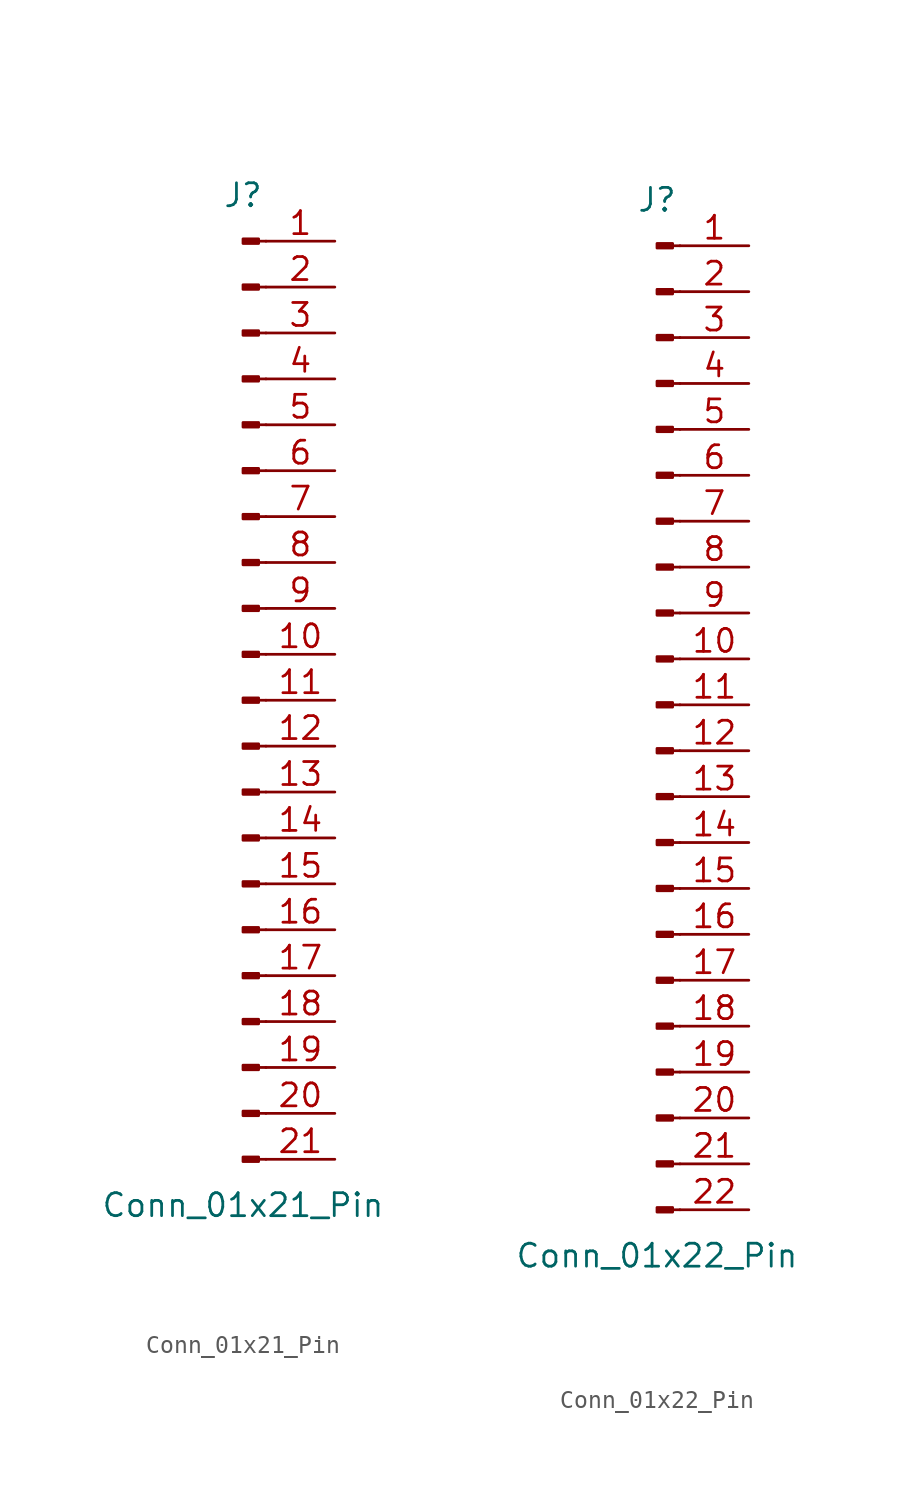
<source format=kicad_sym>
(kicad_symbol_lib
  (version 20241209)
  (generator "kicad_symbol_editor")
  (generator_version "9.0")
  (symbol "Conn_01x21_Pin"
    (pin_names
      (offset 1.016)
      (hide yes))
    (property "Reference" "J"
      (at 0 27.94 0)
      (effects (font (size 1.27 1.27))))
    (property "Value" "Conn_01x21_Pin"
      (at 0 -27.94 0)
      (effects (font (size 1.27 1.27))))
    (property "ki_locked" ""
      (at 0 0 0)
      (effects (font (size 1.27 1.27))))
    (symbol "Conn_01x21_Pin_1_1"
      (rectangle (start 0.864 25.527) (end 0 25.273) (stroke (width 0.152) (type default)) (fill (type outline)))
      (rectangle (start 0.864 22.987) (end 0 22.733) (stroke (width 0.152) (type default)) (fill (type outline)))
      (rectangle (start 0.864 20.447) (end 0 20.193) (stroke (width 0.152) (type default)) (fill (type outline)))
      (rectangle (start 0.864 17.907) (end 0 17.653) (stroke (width 0.152) (type default)) (fill (type outline)))
      (rectangle (start 0.864 15.367) (end 0 15.113) (stroke (width 0.152) (type default)) (fill (type outline)))
      (rectangle (start 0.864 12.827) (end 0 12.573) (stroke (width 0.152) (type default)) (fill (type outline)))
      (rectangle (start 0.864 10.287) (end 0 10.033) (stroke (width 0.152) (type default)) (fill (type outline)))
      (rectangle (start 0.864 7.747) (end 0 7.493) (stroke (width 0.152) (type default)) (fill (type outline)))
      (rectangle (start 0.864 5.207) (end 0 4.953) (stroke (width 0.152) (type default)) (fill (type outline)))
      (rectangle (start 0.864 2.667) (end 0 2.413) (stroke (width 0.152) (type default)) (fill (type outline)))
      (rectangle (start 0.864 0.127) (end 0 -0.127) (stroke (width 0.152) (type default)) (fill (type outline)))
      (rectangle (start 0.864 -2.413) (end 0 -2.667) (stroke (width 0.152) (type default)) (fill (type outline)))
      (rectangle (start 0.864 -4.953) (end 0 -5.207) (stroke (width 0.152) (type default)) (fill (type outline)))
      (rectangle (start 0.864 -7.493) (end 0 -7.747) (stroke (width 0.152) (type default)) (fill (type outline)))
      (rectangle (start 0.864 -10.033) (end 0 -10.287) (stroke (width 0.152) (type default)) (fill (type outline)))
      (rectangle (start 0.864 -12.573) (end 0 -12.827) (stroke (width 0.152) (type default)) (fill (type outline)))
      (rectangle (start 0.864 -15.113) (end 0 -15.367) (stroke (width 0.152) (type default)) (fill (type outline)))
      (rectangle (start 0.864 -17.653) (end 0 -17.907) (stroke (width 0.152) (type default)) (fill (type outline)))
      (rectangle (start 0.864 -20.193) (end 0 -20.447) (stroke (width 0.152) (type default)) (fill (type outline)))
      (rectangle (start 0.864 -22.733) (end 0 -22.987) (stroke (width 0.152) (type default)) (fill (type outline)))
      (rectangle (start 0.864 -25.273) (end 0 -25.527) (stroke (width 0.152) (type default)) (fill (type outline)))
      (polyline (pts (xy 1.27 25.4) (xy 0.864 25.4)) (stroke (width 0.152) (type default)) (fill (type none)))
      (polyline (pts (xy 1.27 22.86) (xy 0.864 22.86)) (stroke (width 0.152) (type default)) (fill (type none)))
      (polyline (pts (xy 1.27 20.32) (xy 0.864 20.32)) (stroke (width 0.152) (type default)) (fill (type none)))
      (polyline (pts (xy 1.27 17.78) (xy 0.864 17.78)) (stroke (width 0.152) (type default)) (fill (type none)))
      (polyline (pts (xy 1.27 15.24) (xy 0.864 15.24)) (stroke (width 0.152) (type default)) (fill (type none)))
      (polyline (pts (xy 1.27 12.7) (xy 0.864 12.7)) (stroke (width 0.152) (type default)) (fill (type none)))
      (polyline (pts (xy 1.27 10.16) (xy 0.864 10.16)) (stroke (width 0.152) (type default)) (fill (type none)))
      (polyline (pts (xy 1.27 7.62) (xy 0.864 7.62)) (stroke (width 0.152) (type default)) (fill (type none)))
      (polyline (pts (xy 1.27 5.08) (xy 0.864 5.08)) (stroke (width 0.152) (type default)) (fill (type none)))
      (polyline (pts (xy 1.27 2.54) (xy 0.864 2.54)) (stroke (width 0.152) (type default)) (fill (type none)))
      (polyline (pts (xy 1.27 0) (xy 0.864 0)) (stroke (width 0.152) (type default)) (fill (type none)))
      (polyline (pts (xy 1.27 -2.54) (xy 0.864 -2.54)) (stroke (width 0.152) (type default)) (fill (type none)))
      (polyline (pts (xy 1.27 -5.08) (xy 0.864 -5.08)) (stroke (width 0.152) (type default)) (fill (type none)))
      (polyline (pts (xy 1.27 -7.62) (xy 0.864 -7.62)) (stroke (width 0.152) (type default)) (fill (type none)))
      (polyline (pts (xy 1.27 -10.16) (xy 0.864 -10.16)) (stroke (width 0.152) (type default)) (fill (type none)))
      (polyline (pts (xy 1.27 -12.7) (xy 0.864 -12.7)) (stroke (width 0.152) (type default)) (fill (type none)))
      (polyline (pts (xy 1.27 -15.24) (xy 0.864 -15.24)) (stroke (width 0.152) (type default)) (fill (type none)))
      (polyline (pts (xy 1.27 -17.78) (xy 0.864 -17.78)) (stroke (width 0.152) (type default)) (fill (type none)))
      (polyline (pts (xy 1.27 -20.32) (xy 0.864 -20.32)) (stroke (width 0.152) (type default)) (fill (type none)))
      (polyline (pts (xy 1.27 -22.86) (xy 0.864 -22.86)) (stroke (width 0.152) (type default)) (fill (type none)))
      (polyline (pts (xy 1.27 -25.4) (xy 0.864 -25.4)) (stroke (width 0.152) (type default)) (fill (type none)))
      (pin passive line (at 5.08 25.4 180) (length 3.81) (name "Pin_1" (effects (font (size 1.27 1.27)))) (number "1" (effects (font (size 1.27 1.27)))))
      (pin passive line (at 5.08 22.86 180) (length 3.81) (name "Pin_2" (effects (font (size 1.27 1.27)))) (number "2" (effects (font (size 1.27 1.27)))))
      (pin passive line (at 5.08 20.32 180) (length 3.81) (name "Pin_3" (effects (font (size 1.27 1.27)))) (number "3" (effects (font (size 1.27 1.27)))))
      (pin passive line (at 5.08 17.78 180) (length 3.81) (name "Pin_4" (effects (font (size 1.27 1.27)))) (number "4" (effects (font (size 1.27 1.27)))))
      (pin passive line (at 5.08 15.24 180) (length 3.81) (name "Pin_5" (effects (font (size 1.27 1.27)))) (number "5" (effects (font (size 1.27 1.27)))))
      (pin passive line (at 5.08 12.7 180) (length 3.81) (name "Pin_6" (effects (font (size 1.27 1.27)))) (number "6" (effects (font (size 1.27 1.27)))))
      (pin passive line (at 5.08 10.16 180) (length 3.81) (name "Pin_7" (effects (font (size 1.27 1.27)))) (number "7" (effects (font (size 1.27 1.27)))))
      (pin passive line (at 5.08 7.62 180) (length 3.81) (name "Pin_8" (effects (font (size 1.27 1.27)))) (number "8" (effects (font (size 1.27 1.27)))))
      (pin passive line (at 5.08 5.08 180) (length 3.81) (name "Pin_9" (effects (font (size 1.27 1.27)))) (number "9" (effects (font (size 1.27 1.27)))))
      (pin passive line (at 5.08 2.54 180) (length 3.81) (name "Pin_10" (effects (font (size 1.27 1.27)))) (number "10" (effects (font (size 1.27 1.27)))))
      (pin passive line (at 5.08 0 180) (length 3.81) (name "Pin_11" (effects (font (size 1.27 1.27)))) (number "11" (effects (font (size 1.27 1.27)))))
      (pin passive line (at 5.08 -2.54 180) (length 3.81) (name "Pin_12" (effects (font (size 1.27 1.27)))) (number "12" (effects (font (size 1.27 1.27)))))
      (pin passive line (at 5.08 -5.08 180) (length 3.81) (name "Pin_13" (effects (font (size 1.27 1.27)))) (number "13" (effects (font (size 1.27 1.27)))))
      (pin passive line (at 5.08 -7.62 180) (length 3.81) (name "Pin_14" (effects (font (size 1.27 1.27)))) (number "14" (effects (font (size 1.27 1.27)))))
      (pin passive line (at 5.08 -10.16 180) (length 3.81) (name "Pin_15" (effects (font (size 1.27 1.27)))) (number "15" (effects (font (size 1.27 1.27)))))
      (pin passive line (at 5.08 -12.7 180) (length 3.81) (name "Pin_16" (effects (font (size 1.27 1.27)))) (number "16" (effects (font (size 1.27 1.27)))))
      (pin passive line (at 5.08 -15.24 180) (length 3.81) (name "Pin_17" (effects (font (size 1.27 1.27)))) (number "17" (effects (font (size 1.27 1.27)))))
      (pin passive line (at 5.08 -17.78 180) (length 3.81) (name "Pin_18" (effects (font (size 1.27 1.27)))) (number "18" (effects (font (size 1.27 1.27)))))
      (pin passive line (at 5.08 -20.32 180) (length 3.81) (name "Pin_19" (effects (font (size 1.27 1.27)))) (number "19" (effects (font (size 1.27 1.27)))))
      (pin passive line (at 5.08 -22.86 180) (length 3.81) (name "Pin_20" (effects (font (size 1.27 1.27)))) (number "20" (effects (font (size 1.27 1.27)))))
      (pin passive line (at 5.08 -25.4 180) (length 3.81) (name "Pin_21" (effects (font (size 1.27 1.27)))) (number "21" (effects (font (size 1.27 1.27)))))))
  (symbol "Conn_01x22_Pin"
    (pin_names
      (offset 1.016)
      (hide yes))
    (property "Reference" "J"
      (at 0 27.94 0)
      (effects (font (size 1.27 1.27))))
    (property "Value" "Conn_01x22_Pin"
      (at 0 -30.48 0)
      (effects (font (size 1.27 1.27))))
    (property "ki_locked" ""
      (at 0 0 0)
      (effects (font (size 1.27 1.27))))
    (symbol "Conn_01x22_Pin_1_1"
      (rectangle (start 0.864 25.527) (end 0 25.273) (stroke (width 0.152) (type default)) (fill (type outline)))
      (rectangle (start 0.864 22.987) (end 0 22.733) (stroke (width 0.152) (type default)) (fill (type outline)))
      (rectangle (start 0.864 20.447) (end 0 20.193) (stroke (width 0.152) (type default)) (fill (type outline)))
      (rectangle (start 0.864 17.907) (end 0 17.653) (stroke (width 0.152) (type default)) (fill (type outline)))
      (rectangle (start 0.864 15.367) (end 0 15.113) (stroke (width 0.152) (type default)) (fill (type outline)))
      (rectangle (start 0.864 12.827) (end 0 12.573) (stroke (width 0.152) (type default)) (fill (type outline)))
      (rectangle (start 0.864 10.287) (end 0 10.033) (stroke (width 0.152) (type default)) (fill (type outline)))
      (rectangle (start 0.864 7.747) (end 0 7.493) (stroke (width 0.152) (type default)) (fill (type outline)))
      (rectangle (start 0.864 5.207) (end 0 4.953) (stroke (width 0.152) (type default)) (fill (type outline)))
      (rectangle (start 0.864 2.667) (end 0 2.413) (stroke (width 0.152) (type default)) (fill (type outline)))
      (rectangle (start 0.864 0.127) (end 0 -0.127) (stroke (width 0.152) (type default)) (fill (type outline)))
      (rectangle (start 0.864 -2.413) (end 0 -2.667) (stroke (width 0.152) (type default)) (fill (type outline)))
      (rectangle (start 0.864 -4.953) (end 0 -5.207) (stroke (width 0.152) (type default)) (fill (type outline)))
      (rectangle (start 0.864 -7.493) (end 0 -7.747) (stroke (width 0.152) (type default)) (fill (type outline)))
      (rectangle (start 0.864 -10.033) (end 0 -10.287) (stroke (width 0.152) (type default)) (fill (type outline)))
      (rectangle (start 0.864 -12.573) (end 0 -12.827) (stroke (width 0.152) (type default)) (fill (type outline)))
      (rectangle (start 0.864 -15.113) (end 0 -15.367) (stroke (width 0.152) (type default)) (fill (type outline)))
      (rectangle (start 0.864 -17.653) (end 0 -17.907) (stroke (width 0.152) (type default)) (fill (type outline)))
      (rectangle (start 0.864 -20.193) (end 0 -20.447) (stroke (width 0.152) (type default)) (fill (type outline)))
      (rectangle (start 0.864 -22.733) (end 0 -22.987) (stroke (width 0.152) (type default)) (fill (type outline)))
      (rectangle (start 0.864 -25.273) (end 0 -25.527) (stroke (width 0.152) (type default)) (fill (type outline)))
      (rectangle (start 0.864 -27.813) (end 0 -28.067) (stroke (width 0.152) (type default)) (fill (type outline)))
      (polyline (pts (xy 1.27 25.4) (xy 0.864 25.4)) (stroke (width 0.152) (type default)) (fill (type none)))
      (polyline (pts (xy 1.27 22.86) (xy 0.864 22.86)) (stroke (width 0.152) (type default)) (fill (type none)))
      (polyline (pts (xy 1.27 20.32) (xy 0.864 20.32)) (stroke (width 0.152) (type default)) (fill (type none)))
      (polyline (pts (xy 1.27 17.78) (xy 0.864 17.78)) (stroke (width 0.152) (type default)) (fill (type none)))
      (polyline (pts (xy 1.27 15.24) (xy 0.864 15.24)) (stroke (width 0.152) (type default)) (fill (type none)))
      (polyline (pts (xy 1.27 12.7) (xy 0.864 12.7)) (stroke (width 0.152) (type default)) (fill (type none)))
      (polyline (pts (xy 1.27 10.16) (xy 0.864 10.16)) (stroke (width 0.152) (type default)) (fill (type none)))
      (polyline (pts (xy 1.27 7.62) (xy 0.864 7.62)) (stroke (width 0.152) (type default)) (fill (type none)))
      (polyline (pts (xy 1.27 5.08) (xy 0.864 5.08)) (stroke (width 0.152) (type default)) (fill (type none)))
      (polyline (pts (xy 1.27 2.54) (xy 0.864 2.54)) (stroke (width 0.152) (type default)) (fill (type none)))
      (polyline (pts (xy 1.27 0) (xy 0.864 0)) (stroke (width 0.152) (type default)) (fill (type none)))
      (polyline (pts (xy 1.27 -2.54) (xy 0.864 -2.54)) (stroke (width 0.152) (type default)) (fill (type none)))
      (polyline (pts (xy 1.27 -5.08) (xy 0.864 -5.08)) (stroke (width 0.152) (type default)) (fill (type none)))
      (polyline (pts (xy 1.27 -7.62) (xy 0.864 -7.62)) (stroke (width 0.152) (type default)) (fill (type none)))
      (polyline (pts (xy 1.27 -10.16) (xy 0.864 -10.16)) (stroke (width 0.152) (type default)) (fill (type none)))
      (polyline (pts (xy 1.27 -12.7) (xy 0.864 -12.7)) (stroke (width 0.152) (type default)) (fill (type none)))
      (polyline (pts (xy 1.27 -15.24) (xy 0.864 -15.24)) (stroke (width 0.152) (type default)) (fill (type none)))
      (polyline (pts (xy 1.27 -17.78) (xy 0.864 -17.78)) (stroke (width 0.152) (type default)) (fill (type none)))
      (polyline (pts (xy 1.27 -20.32) (xy 0.864 -20.32)) (stroke (width 0.152) (type default)) (fill (type none)))
      (polyline (pts (xy 1.27 -22.86) (xy 0.864 -22.86)) (stroke (width 0.152) (type default)) (fill (type none)))
      (polyline (pts (xy 1.27 -25.4) (xy 0.864 -25.4)) (stroke (width 0.152) (type default)) (fill (type none)))
      (polyline (pts (xy 1.27 -27.94) (xy 0.864 -27.94)) (stroke (width 0.152) (type default)) (fill (type none)))
      (pin passive line (at 5.08 25.4 180) (length 3.81) (name "Pin_1" (effects (font (size 1.27 1.27)))) (number "1" (effects (font (size 1.27 1.27)))))
      (pin passive line (at 5.08 22.86 180) (length 3.81) (name "Pin_2" (effects (font (size 1.27 1.27)))) (number "2" (effects (font (size 1.27 1.27)))))
      (pin passive line (at 5.08 20.32 180) (length 3.81) (name "Pin_3" (effects (font (size 1.27 1.27)))) (number "3" (effects (font (size 1.27 1.27)))))
      (pin passive line (at 5.08 17.78 180) (length 3.81) (name "Pin_4" (effects (font (size 1.27 1.27)))) (number "4" (effects (font (size 1.27 1.27)))))
      (pin passive line (at 5.08 15.24 180) (length 3.81) (name "Pin_5" (effects (font (size 1.27 1.27)))) (number "5" (effects (font (size 1.27 1.27)))))
      (pin passive line (at 5.08 12.7 180) (length 3.81) (name "Pin_6" (effects (font (size 1.27 1.27)))) (number "6" (effects (font (size 1.27 1.27)))))
      (pin passive line (at 5.08 10.16 180) (length 3.81) (name "Pin_7" (effects (font (size 1.27 1.27)))) (number "7" (effects (font (size 1.27 1.27)))))
      (pin passive line (at 5.08 7.62 180) (length 3.81) (name "Pin_8" (effects (font (size 1.27 1.27)))) (number "8" (effects (font (size 1.27 1.27)))))
      (pin passive line (at 5.08 5.08 180) (length 3.81) (name "Pin_9" (effects (font (size 1.27 1.27)))) (number "9" (effects (font (size 1.27 1.27)))))
      (pin passive line (at 5.08 2.54 180) (length 3.81) (name "Pin_10" (effects (font (size 1.27 1.27)))) (number "10" (effects (font (size 1.27 1.27)))))
      (pin passive line (at 5.08 0 180) (length 3.81) (name "Pin_11" (effects (font (size 1.27 1.27)))) (number "11" (effects (font (size 1.27 1.27)))))
      (pin passive line (at 5.08 -2.54 180) (length 3.81) (name "Pin_12" (effects (font (size 1.27 1.27)))) (number "12" (effects (font (size 1.27 1.27)))))
      (pin passive line (at 5.08 -5.08 180) (length 3.81) (name "Pin_13" (effects (font (size 1.27 1.27)))) (number "13" (effects (font (size 1.27 1.27)))))
      (pin passive line (at 5.08 -7.62 180) (length 3.81) (name "Pin_14" (effects (font (size 1.27 1.27)))) (number "14" (effects (font (size 1.27 1.27)))))
      (pin passive line (at 5.08 -10.16 180) (length 3.81) (name "Pin_15" (effects (font (size 1.27 1.27)))) (number "15" (effects (font (size 1.27 1.27)))))
      (pin passive line (at 5.08 -12.7 180) (length 3.81) (name "Pin_16" (effects (font (size 1.27 1.27)))) (number "16" (effects (font (size 1.27 1.27)))))
      (pin passive line (at 5.08 -15.24 180) (length 3.81) (name "Pin_17" (effects (font (size 1.27 1.27)))) (number "17" (effects (font (size 1.27 1.27)))))
      (pin passive line (at 5.08 -17.78 180) (length 3.81) (name "Pin_18" (effects (font (size 1.27 1.27)))) (number "18" (effects (font (size 1.27 1.27)))))
      (pin passive line (at 5.08 -20.32 180) (length 3.81) (name "Pin_19" (effects (font (size 1.27 1.27)))) (number "19" (effects (font (size 1.27 1.27)))))
      (pin passive line (at 5.08 -22.86 180) (length 3.81) (name "Pin_20" (effects (font (size 1.27 1.27)))) (number "20" (effects (font (size 1.27 1.27)))))
      (pin passive line (at 5.08 -25.4 180) (length 3.81) (name "Pin_21" (effects (font (size 1.27 1.27)))) (number "21" (effects (font (size 1.27 1.27)))))
      (pin passive line (at 5.08 -27.94 180) (length 3.81) (name "Pin_22" (effects (font (size 1.27 1.27)))) (number "22" (effects (font (size 1.27 1.27))))))))
</source>
